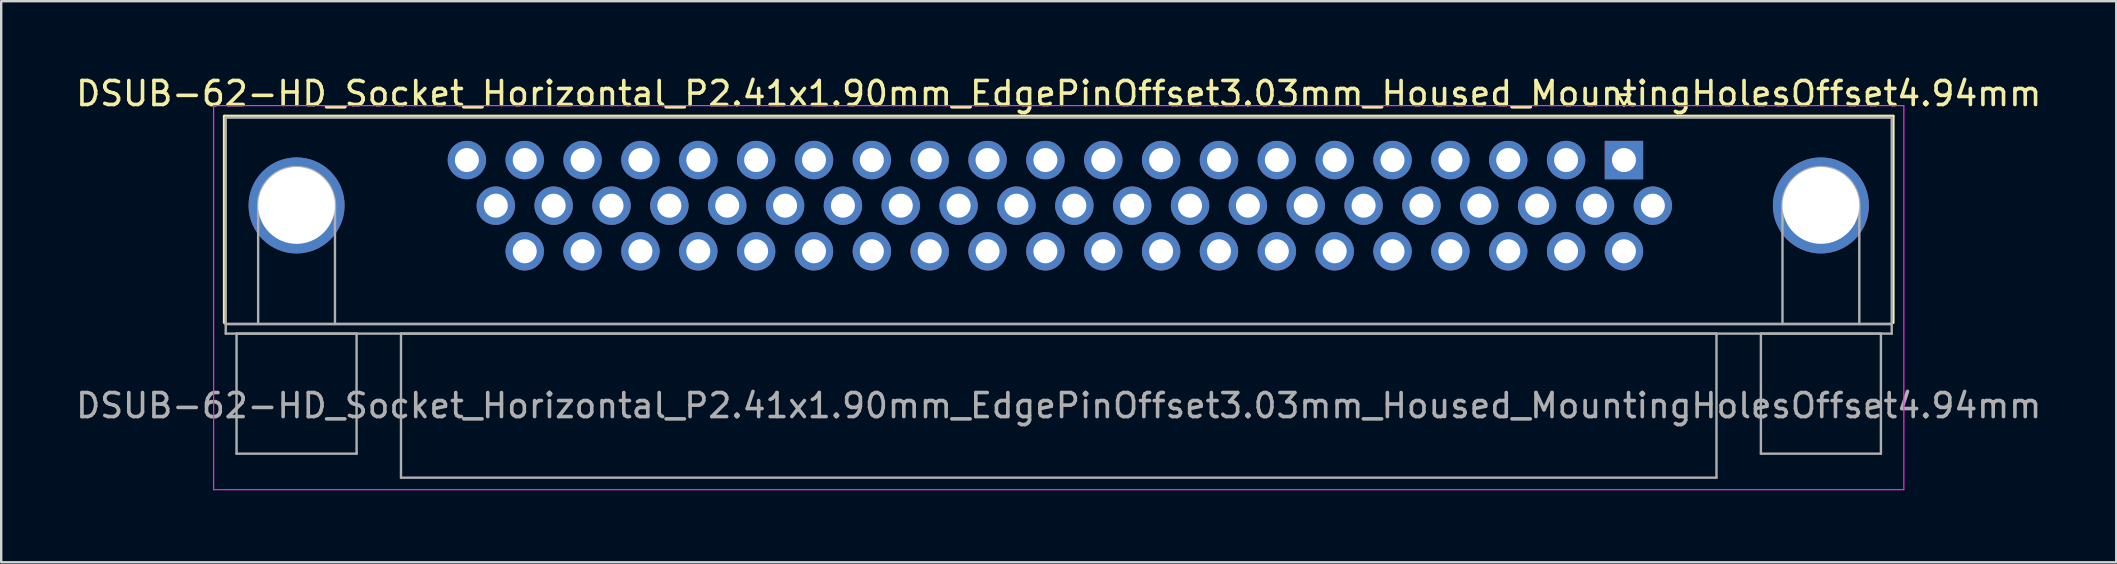
<source format=kicad_pcb>
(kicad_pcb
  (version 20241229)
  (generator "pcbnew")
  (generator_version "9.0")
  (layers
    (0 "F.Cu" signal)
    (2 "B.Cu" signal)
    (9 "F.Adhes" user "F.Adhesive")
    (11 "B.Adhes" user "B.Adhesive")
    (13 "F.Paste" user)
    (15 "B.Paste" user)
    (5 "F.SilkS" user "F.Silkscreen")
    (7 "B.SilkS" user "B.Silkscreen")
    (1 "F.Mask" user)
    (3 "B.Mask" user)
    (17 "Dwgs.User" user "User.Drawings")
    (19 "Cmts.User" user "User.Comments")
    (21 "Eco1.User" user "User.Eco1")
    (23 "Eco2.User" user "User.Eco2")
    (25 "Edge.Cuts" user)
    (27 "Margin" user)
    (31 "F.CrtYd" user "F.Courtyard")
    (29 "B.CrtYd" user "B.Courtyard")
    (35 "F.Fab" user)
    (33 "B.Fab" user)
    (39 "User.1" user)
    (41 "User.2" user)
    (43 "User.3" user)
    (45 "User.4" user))
  (footprint "DSUB-62-HD_Socket_Horizontal_P2.41x1.90mm_EdgePinOffset3.03mm_Housed_MountingHolesOffset4.94mm"
    (layer "F.Cu")
    (at 64.599 3.618)
    (property "Reference" "DSUB-62-HD_Socket_Horizontal_P2.41x1.90mm_EdgePinOffset3.03mm_Housed_MountingHolesOffset4.94mm" (at -23.545 -2.77 0) (layer "F.SilkS") (effects (font (size 1 1) (thickness 0.15))))
    (attr through_hole)
    (fp_line (start -58.305 -1.83) (end 11.215 -1.83) (stroke (width 0.12) (type solid)) (layer "F.SilkS"))
    (fp_line (start -58.305 6.77) (end -58.305 -1.83) (stroke (width 0.12) (type solid)) (layer "F.SilkS"))
    (fp_line (start -0.25 -2.724) (end 0.25 -2.724) (stroke (width 0.12) (type solid)) (layer "F.SilkS"))
    (fp_line (start 0 -2.291) (end -0.25 -2.724) (stroke (width 0.12) (type solid)) (layer "F.SilkS"))
    (fp_line (start 0.25 -2.724) (end 0 -2.291) (stroke (width 0.12) (type solid)) (layer "F.SilkS"))
    (fp_line (start 11.215 -1.83) (end 11.215 6.77) (stroke (width 0.12) (type solid)) (layer "F.SilkS"))
    (fp_line (start -58.75 -2.27) (end -58.75 13.73) (stroke (width 0.05) (type solid)) (layer "F.CrtYd"))
    (fp_line (start -58.75 13.73) (end 11.66 13.73) (stroke (width 0.05) (type solid)) (layer "F.CrtYd"))
    (fp_line (start 11.66 -2.27) (end -58.75 -2.27) (stroke (width 0.05) (type solid)) (layer "F.CrtYd"))
    (fp_line (start 11.66 13.73) (end 11.66 -2.27) (stroke (width 0.05) (type solid)) (layer "F.CrtYd"))
    (fp_line (start -58.245 -1.77) (end -58.245 6.83) (stroke (width 0.1) (type solid)) (layer "F.Fab"))
    (fp_line (start -58.245 6.83) (end -58.245 7.23) (stroke (width 0.1) (type solid)) (layer "F.Fab"))
    (fp_line (start -58.245 6.83) (end 11.155 6.83) (stroke (width 0.1) (type solid)) (layer "F.Fab"))
    (fp_line (start -58.245 7.23) (end 11.155 7.23) (stroke (width 0.1) (type solid)) (layer "F.Fab"))
    (fp_line (start -57.795 7.23) (end -57.795 12.23) (stroke (width 0.1) (type solid)) (layer "F.Fab"))
    (fp_line (start -57.795 12.23) (end -52.795 12.23) (stroke (width 0.1) (type solid)) (layer "F.Fab"))
    (fp_line (start -56.895 6.83) (end -56.895 1.89) (stroke (width 0.1) (type solid)) (layer "F.Fab"))
    (fp_line (start -53.695 6.83) (end -53.695 1.89) (stroke (width 0.1) (type solid)) (layer "F.Fab"))
    (fp_line (start -52.795 7.23) (end -57.795 7.23) (stroke (width 0.1) (type solid)) (layer "F.Fab"))
    (fp_line (start -52.795 12.23) (end -52.795 7.23) (stroke (width 0.1) (type solid)) (layer "F.Fab"))
    (fp_line (start -50.945 7.23) (end -50.945 13.23) (stroke (width 0.1) (type solid)) (layer "F.Fab"))
    (fp_line (start -50.945 13.23) (end 3.855 13.23) (stroke (width 0.1) (type solid)) (layer "F.Fab"))
    (fp_line (start 3.855 7.23) (end -50.945 7.23) (stroke (width 0.1) (type solid)) (layer "F.Fab"))
    (fp_line (start 3.855 13.23) (end 3.855 7.23) (stroke (width 0.1) (type solid)) (layer "F.Fab"))
    (fp_line (start 5.705 7.23) (end 5.705 12.23) (stroke (width 0.1) (type solid)) (layer "F.Fab"))
    (fp_line (start 5.705 12.23) (end 10.705 12.23) (stroke (width 0.1) (type solid)) (layer "F.Fab"))
    (fp_line (start 6.605 6.83) (end 6.605 1.89) (stroke (width 0.1) (type solid)) (layer "F.Fab"))
    (fp_line (start 9.805 6.83) (end 9.805 1.89) (stroke (width 0.1) (type solid)) (layer "F.Fab"))
    (fp_line (start 10.705 7.23) (end 5.705 7.23) (stroke (width 0.1) (type solid)) (layer "F.Fab"))
    (fp_line (start 10.705 12.23) (end 10.705 7.23) (stroke (width 0.1) (type solid)) (layer "F.Fab"))
    (fp_line (start 11.155 -1.77) (end -58.245 -1.77) (stroke (width 0.1) (type solid)) (layer "F.Fab"))
    (fp_line (start 11.155 6.83) (end -58.245 6.83) (stroke (width 0.1) (type solid)) (layer "F.Fab"))
    (fp_line (start 11.155 6.83) (end 11.155 -1.77) (stroke (width 0.1) (type solid)) (layer "F.Fab"))
    (fp_line (start 11.155 7.23) (end 11.155 6.83) (stroke (width 0.1) (type solid)) (layer "F.Fab"))
    (fp_arc (start -56.895 1.89) (mid -55.295 0.29) (end -53.695 1.89) (stroke (width 0.1) (type solid)) (layer "F.Fab"))
    (fp_arc (start 6.605 1.89) (mid 8.205 0.29) (end 9.805 1.89) (stroke (width 0.1) (type solid)) (layer "F.Fab"))
    (fp_text user "${REFERENCE}" (at -23.545 10.23 0) (layer "F.Fab") (effects (font (size 1 1) (thickness 0.15))))
    (pad "0" thru_hole circle (at -55.295 1.89) (size 4 4) (drill 3.2) (layers "*.Cu" "*.Mask"))
    (pad "0" thru_hole circle (at 8.205 1.89) (size 4 4) (drill 3.2) (layers "*.Cu" "*.Mask"))
    (pad "1" thru_hole rect (at 0 0) (size 1.6 1.6) (drill 1) (layers "*.Cu" "*.Mask"))
    (pad "2" thru_hole circle (at -2.41 0) (size 1.6 1.6) (drill 1) (layers "*.Cu" "*.Mask"))
    (pad "3" thru_hole circle (at -4.82 0) (size 1.6 1.6) (drill 1) (layers "*.Cu" "*.Mask"))
    (pad "4" thru_hole circle (at -7.23 0) (size 1.6 1.6) (drill 1) (layers "*.Cu" "*.Mask"))
    (pad "5" thru_hole circle (at -9.64 0) (size 1.6 1.6) (drill 1) (layers "*.Cu" "*.Mask"))
    (pad "6" thru_hole circle (at -12.05 0) (size 1.6 1.6) (drill 1) (layers "*.Cu" "*.Mask"))
    (pad "7" thru_hole circle (at -14.46 0) (size 1.6 1.6) (drill 1) (layers "*.Cu" "*.Mask"))
    (pad "8" thru_hole circle (at -16.87 0) (size 1.6 1.6) (drill 1) (layers "*.Cu" "*.Mask"))
    (pad "9" thru_hole circle (at -19.28 0) (size 1.6 1.6) (drill 1) (layers "*.Cu" "*.Mask"))
    (pad "10" thru_hole circle (at -21.69 0) (size 1.6 1.6) (drill 1) (layers "*.Cu" "*.Mask"))
    (pad "11" thru_hole circle (at -24.1 0) (size 1.6 1.6) (drill 1) (layers "*.Cu" "*.Mask"))
    (pad "12" thru_hole circle (at -26.51 0) (size 1.6 1.6) (drill 1) (layers "*.Cu" "*.Mask"))
    (pad "13" thru_hole circle (at -28.92 0) (size 1.6 1.6) (drill 1) (layers "*.Cu" "*.Mask"))
    (pad "14" thru_hole circle (at -31.33 0) (size 1.6 1.6) (drill 1) (layers "*.Cu" "*.Mask"))
    (pad "15" thru_hole circle (at -33.74 0) (size 1.6 1.6) (drill 1) (layers "*.Cu" "*.Mask"))
    (pad "16" thru_hole circle (at -36.15 0) (size 1.6 1.6) (drill 1) (layers "*.Cu" "*.Mask"))
    (pad "17" thru_hole circle (at -38.56 0) (size 1.6 1.6) (drill 1) (layers "*.Cu" "*.Mask"))
    (pad "18" thru_hole circle (at -40.97 0) (size 1.6 1.6) (drill 1) (layers "*.Cu" "*.Mask"))
    (pad "19" thru_hole circle (at -43.38 0) (size 1.6 1.6) (drill 1) (layers "*.Cu" "*.Mask"))
    (pad "20" thru_hole circle (at -45.79 0) (size 1.6 1.6) (drill 1) (layers "*.Cu" "*.Mask"))
    (pad "21" thru_hole circle (at -48.2 0) (size 1.6 1.6) (drill 1) (layers "*.Cu" "*.Mask"))
    (pad "22" thru_hole circle (at 1.205 1.9) (size 1.6 1.6) (drill 1) (layers "*.Cu" "*.Mask"))
    (pad "23" thru_hole circle (at -1.205 1.9) (size 1.6 1.6) (drill 1) (layers "*.Cu" "*.Mask"))
    (pad "24" thru_hole circle (at -3.615 1.9) (size 1.6 1.6) (drill 1) (layers "*.Cu" "*.Mask"))
    (pad "25" thru_hole circle (at -6.025 1.9) (size 1.6 1.6) (drill 1) (layers "*.Cu" "*.Mask"))
    (pad "26" thru_hole circle (at -8.435 1.9) (size 1.6 1.6) (drill 1) (layers "*.Cu" "*.Mask"))
    (pad "27" thru_hole circle (at -10.845 1.9) (size 1.6 1.6) (drill 1) (layers "*.Cu" "*.Mask"))
    (pad "28" thru_hole circle (at -13.255 1.9) (size 1.6 1.6) (drill 1) (layers "*.Cu" "*.Mask"))
    (pad "29" thru_hole circle (at -15.665 1.9) (size 1.6 1.6) (drill 1) (layers "*.Cu" "*.Mask"))
    (pad "30" thru_hole circle (at -18.075 1.9) (size 1.6 1.6) (drill 1) (layers "*.Cu" "*.Mask"))
    (pad "31" thru_hole circle (at -20.485 1.9) (size 1.6 1.6) (drill 1) (layers "*.Cu" "*.Mask"))
    (pad "32" thru_hole circle (at -22.895 1.9) (size 1.6 1.6) (drill 1) (layers "*.Cu" "*.Mask"))
    (pad "33" thru_hole circle (at -25.305 1.9) (size 1.6 1.6) (drill 1) (layers "*.Cu" "*.Mask"))
    (pad "34" thru_hole circle (at -27.715 1.9) (size 1.6 1.6) (drill 1) (layers "*.Cu" "*.Mask"))
    (pad "35" thru_hole circle (at -30.125 1.9) (size 1.6 1.6) (drill 1) (layers "*.Cu" "*.Mask"))
    (pad "36" thru_hole circle (at -32.535 1.9) (size 1.6 1.6) (drill 1) (layers "*.Cu" "*.Mask"))
    (pad "37" thru_hole circle (at -34.945 1.9) (size 1.6 1.6) (drill 1) (layers "*.Cu" "*.Mask"))
    (pad "38" thru_hole circle (at -37.355 1.9) (size 1.6 1.6) (drill 1) (layers "*.Cu" "*.Mask"))
    (pad "39" thru_hole circle (at -39.765 1.9) (size 1.6 1.6) (drill 1) (layers "*.Cu" "*.Mask"))
    (pad "40" thru_hole circle (at -42.175 1.9) (size 1.6 1.6) (drill 1) (layers "*.Cu" "*.Mask"))
    (pad "41" thru_hole circle (at -44.585 1.9) (size 1.6 1.6) (drill 1) (layers "*.Cu" "*.Mask"))
    (pad "42" thru_hole circle (at -46.995 1.9) (size 1.6 1.6) (drill 1) (layers "*.Cu" "*.Mask"))
    (pad "43" thru_hole circle (at 0 3.8) (size 1.6 1.6) (drill 1) (layers "*.Cu" "*.Mask"))
    (pad "44" thru_hole circle (at -2.41 3.8) (size 1.6 1.6) (drill 1) (layers "*.Cu" "*.Mask"))
    (pad "45" thru_hole circle (at -4.82 3.8) (size 1.6 1.6) (drill 1) (layers "*.Cu" "*.Mask"))
    (pad "46" thru_hole circle (at -7.23 3.8) (size 1.6 1.6) (drill 1) (layers "*.Cu" "*.Mask"))
    (pad "47" thru_hole circle (at -9.64 3.8) (size 1.6 1.6) (drill 1) (layers "*.Cu" "*.Mask"))
    (pad "48" thru_hole circle (at -12.05 3.8) (size 1.6 1.6) (drill 1) (layers "*.Cu" "*.Mask"))
    (pad "49" thru_hole circle (at -14.46 3.8) (size 1.6 1.6) (drill 1) (layers "*.Cu" "*.Mask"))
    (pad "50" thru_hole circle (at -16.87 3.8) (size 1.6 1.6) (drill 1) (layers "*.Cu" "*.Mask"))
    (pad "51" thru_hole circle (at -19.28 3.8) (size 1.6 1.6) (drill 1) (layers "*.Cu" "*.Mask"))
    (pad "52" thru_hole circle (at -21.69 3.8) (size 1.6 1.6) (drill 1) (layers "*.Cu" "*.Mask"))
    (pad "53" thru_hole circle (at -24.1 3.8) (size 1.6 1.6) (drill 1) (layers "*.Cu" "*.Mask"))
    (pad "54" thru_hole circle (at -26.51 3.8) (size 1.6 1.6) (drill 1) (layers "*.Cu" "*.Mask"))
    (pad "55" thru_hole circle (at -28.92 3.8) (size 1.6 1.6) (drill 1) (layers "*.Cu" "*.Mask"))
    (pad "56" thru_hole circle (at -31.33 3.8) (size 1.6 1.6) (drill 1) (layers "*.Cu" "*.Mask"))
    (pad "57" thru_hole circle (at -33.74 3.8) (size 1.6 1.6) (drill 1) (layers "*.Cu" "*.Mask"))
    (pad "58" thru_hole circle (at -36.15 3.8) (size 1.6 1.6) (drill 1) (layers "*.Cu" "*.Mask"))
    (pad "59" thru_hole circle (at -38.56 3.8) (size 1.6 1.6) (drill 1) (layers "*.Cu" "*.Mask"))
    (pad "60" thru_hole circle (at -40.97 3.8) (size 1.6 1.6) (drill 1) (layers "*.Cu" "*.Mask"))
    (pad "61" thru_hole circle (at -43.38 3.8) (size 1.6 1.6) (drill 1) (layers "*.Cu" "*.Mask"))
    (pad "62" thru_hole circle (at -45.79 3.8) (size 1.6 1.6) (drill 1) (layers "*.Cu" "*.Mask")))
  (gr_rect
    (start -3 -3)
    (end 85.107 20.373)
    (stroke (width 0.1) (type default))
    (fill no)
    (layer "Edge.Cuts")))
</source>
